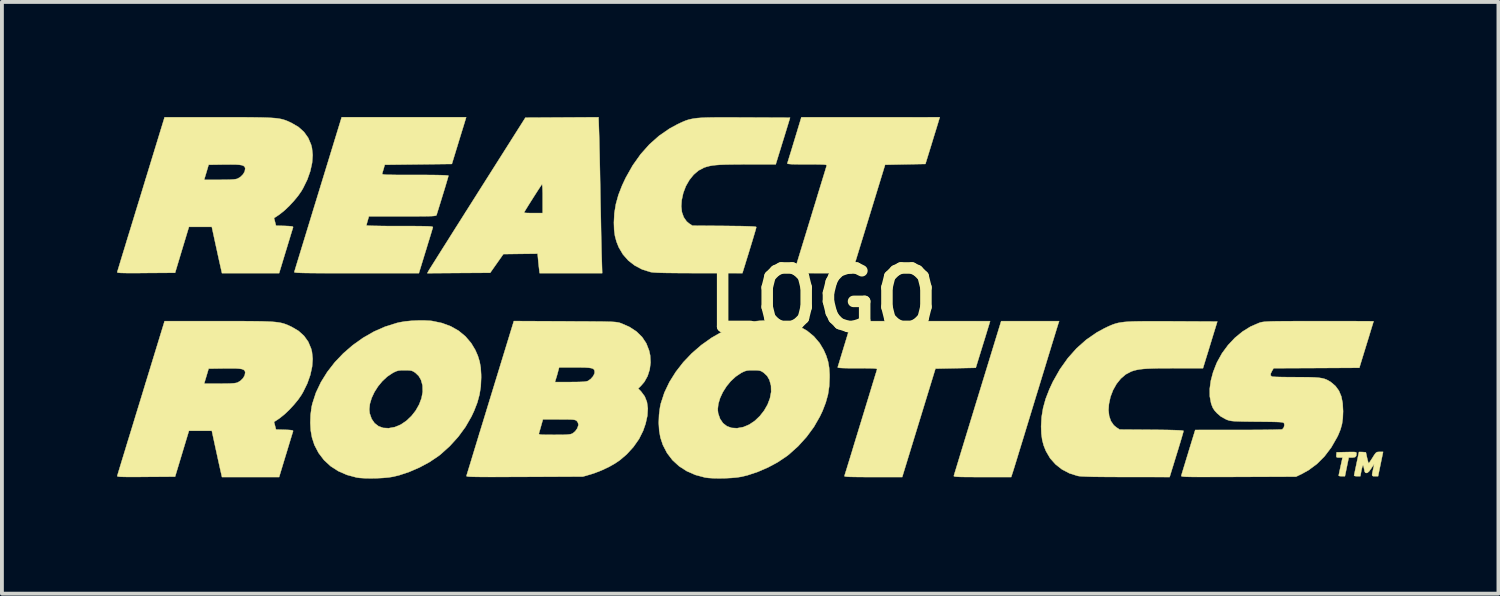
<source format=kicad_pcb>
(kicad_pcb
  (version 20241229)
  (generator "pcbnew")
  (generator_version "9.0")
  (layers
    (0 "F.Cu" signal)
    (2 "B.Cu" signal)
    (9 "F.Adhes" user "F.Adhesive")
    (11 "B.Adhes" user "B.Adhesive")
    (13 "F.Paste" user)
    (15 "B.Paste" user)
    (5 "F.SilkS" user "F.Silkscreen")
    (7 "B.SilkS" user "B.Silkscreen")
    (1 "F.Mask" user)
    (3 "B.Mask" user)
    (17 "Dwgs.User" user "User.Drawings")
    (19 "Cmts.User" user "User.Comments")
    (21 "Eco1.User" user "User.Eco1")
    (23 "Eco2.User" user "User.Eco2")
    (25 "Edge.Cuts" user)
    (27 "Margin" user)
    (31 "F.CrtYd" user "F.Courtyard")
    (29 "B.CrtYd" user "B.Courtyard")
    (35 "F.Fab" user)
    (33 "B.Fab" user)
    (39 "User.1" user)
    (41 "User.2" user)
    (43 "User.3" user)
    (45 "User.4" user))
  (footprint "LOGO"
    (layer "F.Cu")
    (at 18.395 4.768)
    (property "Reference" "LOGO" (at 0 0 0) (layer "F.SilkS") (effects (font (size 1.524 1.524) (thickness 0.3))))
    (attr through_hole)
    (fp_poly (pts (xy 13.829 3.961) (xy 13.874 3.964) (xy 13.897 3.972) (xy 13.905 3.985) (xy 13.906 3.998) (xy 13.898 4.062) (xy 13.868 4.095) (xy 13.807 4.106) (xy 13.793 4.106) (xy 13.704 4.106) (xy 13.654 4.35) (xy 13.604 4.593) (xy 13.523 4.593) (xy 13.471 4.59) (xy 13.443 4.58) (xy 13.442 4.577) (xy 13.446 4.551) (xy 13.458 4.493) (xy 13.475 4.412) (xy 13.492 4.334) (xy 13.542 4.106) (xy 13.458 4.106) (xy 13.405 4.104) (xy 13.382 4.091) (xy 13.38 4.057) (xy 13.381 4.038) (xy 13.388 3.969) (xy 13.647 3.963) (xy 13.756 3.961) (xy 13.829 3.961)) (stroke (width 0.01) (type solid)) (fill yes) (layer "F.SilkS"))
    (fp_poly (pts (xy 6.127 0.64) (xy 6.117 0.674) (xy 6.095 0.744) (xy 6.063 0.849) (xy 6.021 0.986) (xy 5.97 1.151) (xy 5.912 1.341) (xy 5.847 1.553) (xy 5.777 1.784) (xy 5.701 2.031) (xy 5.622 2.291) (xy 5.545 2.54) (xy 5.463 2.81) (xy 5.383 3.072) (xy 5.307 3.32) (xy 5.236 3.554) (xy 5.17 3.768) (xy 5.111 3.96) (xy 5.06 4.128) (xy 5.017 4.267) (xy 4.984 4.375) (xy 4.961 4.448) (xy 4.95 4.482) (xy 4.907 4.614) (xy 4.156 4.614) (xy 3.955 4.614) (xy 3.792 4.613) (xy 3.664 4.612) (xy 3.566 4.61) (xy 3.496 4.606) (xy 3.45 4.602) (xy 3.423 4.596) (xy 3.412 4.589) (xy 3.412 4.585) (xy 3.419 4.561) (xy 3.437 4.499) (xy 3.467 4.402) (xy 3.506 4.273) (xy 3.554 4.115) (xy 3.61 3.931) (xy 3.674 3.722) (xy 3.744 3.493) (xy 3.82 3.245) (xy 3.901 2.981) (xy 3.985 2.705) (xy 4.032 2.553) (xy 4.646 0.55) (xy 6.157 0.55) (xy 6.127 0.64)) (stroke (width 0.01) (type solid)) (fill yes) (layer "F.SilkS"))
    (fp_poly (pts (xy 14.468 4.593) (xy 14.388 4.593) (xy 14.345 4.592) (xy 14.32 4.582) (xy 14.312 4.556) (xy 14.319 4.505) (xy 14.337 4.422) (xy 14.339 4.413) (xy 14.354 4.346) (xy 14.363 4.299) (xy 14.365 4.282) (xy 14.352 4.296) (xy 14.324 4.337) (xy 14.287 4.393) (xy 14.235 4.465) (xy 14.193 4.501) (xy 14.167 4.508) (xy 14.137 4.502) (xy 14.119 4.474) (xy 14.107 4.414) (xy 14.106 4.413) (xy 14.095 4.354) (xy 14.082 4.315) (xy 14.077 4.308) (xy 14.066 4.322) (xy 14.051 4.368) (xy 14.035 4.437) (xy 14.033 4.446) (xy 14.006 4.593) (xy 13.924 4.593) (xy 13.873 4.589) (xy 13.845 4.58) (xy 13.843 4.577) (xy 13.847 4.552) (xy 13.859 4.493) (xy 13.876 4.408) (xy 13.898 4.306) (xy 13.906 4.265) (xy 13.929 4.159) (xy 13.948 4.069) (xy 13.962 4.002) (xy 13.969 3.966) (xy 13.97 3.963) (xy 13.989 3.96) (xy 14.036 3.961) (xy 14.06 3.962) (xy 14.15 3.969) (xy 14.181 4.112) (xy 14.198 4.183) (xy 14.213 4.234) (xy 14.223 4.254) (xy 14.223 4.254) (xy 14.239 4.238) (xy 14.27 4.193) (xy 14.312 4.129) (xy 14.326 4.106) (xy 14.372 4.033) (xy 14.404 3.99) (xy 14.433 3.967) (xy 14.467 3.959) (xy 14.508 3.958) (xy 14.599 3.958) (xy 14.468 4.593)) (stroke (width 0.01) (type solid)) (fill yes) (layer "F.SilkS"))
    (fp_poly (pts (xy 4.328 0.651) (xy 4.313 0.699) (xy 4.288 0.781) (xy 4.255 0.889) (xy 4.216 1.017) (xy 4.172 1.158) (xy 4.141 1.259) (xy 3.984 1.767) (xy 3.459 1.778) (xy 2.933 1.789) (xy 2.067 4.614) (xy 1.309 4.614) (xy 1.103 4.614) (xy 0.935 4.613) (xy 0.803 4.611) (xy 0.703 4.609) (xy 0.633 4.605) (xy 0.588 4.6) (xy 0.565 4.594) (xy 0.561 4.588) (xy 0.568 4.564) (xy 0.587 4.502) (xy 0.617 4.407) (xy 0.655 4.282) (xy 0.702 4.13) (xy 0.756 3.954) (xy 0.815 3.758) (xy 0.88 3.546) (xy 0.949 3.32) (xy 0.984 3.207) (xy 1.055 2.975) (xy 1.122 2.755) (xy 1.185 2.55) (xy 1.242 2.363) (xy 1.292 2.198) (xy 1.335 2.058) (xy 1.369 1.946) (xy 1.394 1.867) (xy 1.407 1.823) (xy 1.41 1.815) (xy 1.411 1.804) (xy 1.403 1.795) (xy 1.381 1.788) (xy 1.342 1.784) (xy 1.278 1.781) (xy 1.187 1.779) (xy 1.064 1.778) (xy 0.902 1.778) (xy 0.899 1.778) (xy 0.73 1.778) (xy 0.6 1.776) (xy 0.505 1.773) (xy 0.44 1.769) (xy 0.402 1.764) (xy 0.386 1.756) (xy 0.386 1.752) (xy 0.394 1.725) (xy 0.413 1.664) (xy 0.441 1.572) (xy 0.476 1.456) (xy 0.517 1.321) (xy 0.562 1.173) (xy 0.573 1.138) (xy 0.751 0.551) (xy 2.555 0.551) (xy 4.358 0.55) (xy 4.328 0.651)) (stroke (width 0.01) (type solid)) (fill yes) (layer "F.SilkS"))
    (fp_poly (pts (xy 3.015 -4.662) (xy 3.001 -4.614) (xy 2.976 -4.532) (xy 2.943 -4.424) (xy 2.903 -4.296) (xy 2.86 -4.155) (xy 2.829 -4.053) (xy 2.672 -3.545) (xy 2.146 -3.535) (xy 1.621 -3.524) (xy 1.188 -2.111) (xy 0.755 -0.699) (xy -0.003 -0.699) (xy -0.21 -0.699) (xy -0.377 -0.7) (xy -0.509 -0.701) (xy -0.609 -0.704) (xy -0.68 -0.708) (xy -0.725 -0.713) (xy -0.747 -0.719) (xy -0.751 -0.725) (xy -0.744 -0.749) (xy -0.725 -0.811) (xy -0.696 -0.906) (xy -0.657 -1.031) (xy -0.611 -1.183) (xy -0.557 -1.359) (xy -0.497 -1.555) (xy -0.432 -1.767) (xy -0.363 -1.993) (xy -0.328 -2.106) (xy -0.258 -2.337) (xy -0.19 -2.557) (xy -0.128 -2.763) (xy -0.071 -2.949) (xy -0.02 -3.115) (xy 0.023 -3.255) (xy 0.057 -3.366) (xy 0.081 -3.446) (xy 0.095 -3.49) (xy 0.097 -3.498) (xy 0.098 -3.509) (xy 0.091 -3.518) (xy 0.069 -3.525) (xy 0.029 -3.529) (xy -0.034 -3.532) (xy -0.125 -3.534) (xy -0.249 -3.535) (xy -0.41 -3.535) (xy -0.414 -3.535) (xy -0.582 -3.535) (xy -0.712 -3.537) (xy -0.808 -3.539) (xy -0.873 -3.544) (xy -0.911 -3.549) (xy -0.926 -3.557) (xy -0.927 -3.561) (xy -0.919 -3.588) (xy -0.9 -3.649) (xy -0.872 -3.741) (xy -0.836 -3.856) (xy -0.795 -3.991) (xy -0.75 -4.14) (xy -0.739 -4.175) (xy -0.561 -4.762) (xy 1.242 -4.762) (xy 3.046 -4.763) (xy 3.015 -4.662)) (stroke (width 0.01) (type solid)) (fill yes) (layer "F.SilkS"))
    (fp_poly (pts (xy -5.834 -4.376) (xy -5.831 -4.28) (xy -5.827 -4.147) (xy -5.824 -3.983) (xy -5.819 -3.793) (xy -5.815 -3.584) (xy -5.81 -3.36) (xy -5.806 -3.128) (xy -5.801 -2.892) (xy -5.8 -2.805) (xy -5.796 -2.566) (xy -5.791 -2.327) (xy -5.786 -2.091) (xy -5.782 -1.866) (xy -5.778 -1.657) (xy -5.773 -1.471) (xy -5.77 -1.313) (xy -5.767 -1.189) (xy -5.766 -1.159) (xy -5.752 -0.699) (xy -7.382 -0.699) (xy -7.394 -0.799) (xy -7.403 -0.874) (xy -7.413 -0.969) (xy -7.421 -1.053) (xy -7.435 -1.207) (xy -7.881 -1.202) (xy -8.327 -1.196) (xy -8.498 -0.953) (xy -8.67 -0.709) (xy -9.49 -0.704) (xy -10.31 -0.698) (xy -10.278 -0.756) (xy -10.263 -0.782) (xy -10.226 -0.841) (xy -10.17 -0.93) (xy -10.095 -1.049) (xy -10.004 -1.194) (xy -9.898 -1.362) (xy -9.778 -1.552) (xy -9.646 -1.762) (xy -9.503 -1.988) (xy -9.351 -2.228) (xy -9.32 -2.277) (xy -7.789 -2.277) (xy -7.77 -2.272) (xy -7.716 -2.268) (xy -7.636 -2.266) (xy -7.546 -2.265) (xy -7.303 -2.265) (xy -7.303 -2.65) (xy -7.303 -2.776) (xy -7.306 -2.881) (xy -7.31 -2.96) (xy -7.316 -3.006) (xy -7.321 -3.015) (xy -7.339 -2.99) (xy -7.374 -2.937) (xy -7.423 -2.863) (xy -7.48 -2.774) (xy -7.543 -2.676) (xy -7.606 -2.576) (xy -7.666 -2.481) (xy -7.718 -2.397) (xy -7.759 -2.33) (xy -7.784 -2.288) (xy -7.789 -2.277) (xy -9.32 -2.277) (xy -9.191 -2.481) (xy -9.025 -2.743) (xy -9 -2.783) (xy -7.753 -4.752) (xy -5.847 -4.763) (xy -5.834 -4.376)) (stroke (width 0.01) (type solid)) (fill yes) (layer "F.SilkS"))
    (fp_poly (pts (xy -2.271 -4.758) (xy -2.039 -4.757) (xy -0.855 -4.752) (xy -0.968 -4.381) (xy -1.011 -4.241) (xy -1.057 -4.094) (xy -1.1 -3.953) (xy -1.138 -3.831) (xy -1.156 -3.773) (xy -1.229 -3.535) (xy -1.975 -3.535) (xy -2.202 -3.534) (xy -2.393 -3.532) (xy -2.551 -3.529) (xy -2.681 -3.524) (xy -2.788 -3.516) (xy -2.877 -3.506) (xy -2.953 -3.492) (xy -3.02 -3.475) (xy -3.084 -3.455) (xy -3.102 -3.448) (xy -3.242 -3.374) (xy -3.369 -3.265) (xy -3.48 -3.127) (xy -3.572 -2.966) (xy -3.639 -2.789) (xy -3.68 -2.601) (xy -3.691 -2.441) (xy -3.674 -2.289) (xy -3.627 -2.157) (xy -3.553 -2.05) (xy -3.487 -1.994) (xy -3.4 -1.937) (xy -2.568 -1.931) (xy -2.334 -1.928) (xy -2.141 -1.926) (xy -1.987 -1.922) (xy -1.871 -1.918) (xy -1.791 -1.913) (xy -1.747 -1.907) (xy -1.736 -1.901) (xy -1.741 -1.876) (xy -1.757 -1.816) (xy -1.785 -1.721) (xy -1.824 -1.59) (xy -1.875 -1.422) (xy -1.938 -1.216) (xy -2.014 -0.971) (xy -2.024 -0.937) (xy -2.098 -0.699) (xy -3.234 -0.7) (xy -3.505 -0.701) (xy -3.736 -0.702) (xy -3.931 -0.704) (xy -4.093 -0.706) (xy -4.224 -0.709) (xy -4.327 -0.713) (xy -4.406 -0.718) (xy -4.463 -0.724) (xy -4.498 -0.73) (xy -4.71 -0.797) (xy -4.902 -0.898) (xy -5.071 -1.029) (xy -5.211 -1.188) (xy -5.319 -1.371) (xy -5.322 -1.377) (xy -5.38 -1.524) (xy -5.419 -1.67) (xy -5.44 -1.829) (xy -5.446 -2.014) (xy -5.446 -2.021) (xy -5.434 -2.263) (xy -5.395 -2.499) (xy -5.329 -2.737) (xy -5.232 -2.986) (xy -5.138 -3.186) (xy -4.957 -3.507) (xy -4.751 -3.797) (xy -4.521 -4.055) (xy -4.27 -4.278) (xy -3.998 -4.466) (xy -3.799 -4.574) (xy -3.721 -4.612) (xy -3.65 -4.644) (xy -3.583 -4.672) (xy -3.516 -4.695) (xy -3.445 -4.713) (xy -3.366 -4.728) (xy -3.276 -4.74) (xy -3.171 -4.748) (xy -3.045 -4.754) (xy -2.897 -4.757) (xy -2.721 -4.759) (xy -2.514 -4.759) (xy -2.271 -4.758)) (stroke (width 0.01) (type solid)) (fill yes) (layer "F.SilkS"))
    (fp_poly (pts (xy 8.862 0.554) (xy 9.095 0.555) (xy 10.279 0.561) (xy 10.165 0.931) (xy 10.122 1.072) (xy 10.077 1.219) (xy 10.034 1.36) (xy 9.996 1.482) (xy 9.978 1.54) (xy 9.905 1.778) (xy 9.159 1.778) (xy 8.931 1.779) (xy 8.741 1.78) (xy 8.583 1.784) (xy 8.453 1.789) (xy 8.346 1.797) (xy 8.257 1.807) (xy 8.181 1.821) (xy 8.114 1.837) (xy 8.05 1.858) (xy 8.031 1.865) (xy 7.891 1.939) (xy 7.764 2.048) (xy 7.653 2.186) (xy 7.562 2.347) (xy 7.494 2.524) (xy 7.454 2.712) (xy 7.443 2.871) (xy 7.46 3.023) (xy 7.506 3.156) (xy 7.58 3.263) (xy 7.647 3.319) (xy 7.733 3.376) (xy 8.566 3.382) (xy 8.8 3.384) (xy 8.993 3.387) (xy 9.147 3.391) (xy 9.263 3.395) (xy 9.342 3.4) (xy 9.387 3.406) (xy 9.398 3.411) (xy 9.393 3.437) (xy 9.376 3.497) (xy 9.349 3.591) (xy 9.31 3.722) (xy 9.259 3.89) (xy 9.195 4.097) (xy 9.12 4.342) (xy 9.109 4.376) (xy 9.036 4.614) (xy 7.899 4.613) (xy 7.629 4.612) (xy 7.397 4.611) (xy 7.202 4.609) (xy 7.041 4.607) (xy 6.91 4.603) (xy 6.807 4.599) (xy 6.728 4.595) (xy 6.67 4.589) (xy 6.636 4.583) (xy 6.424 4.516) (xy 6.231 4.415) (xy 6.063 4.283) (xy 5.922 4.125) (xy 5.815 3.942) (xy 5.812 3.936) (xy 5.753 3.789) (xy 5.715 3.643) (xy 5.694 3.484) (xy 5.687 3.298) (xy 5.687 3.291) (xy 5.7 3.05) (xy 5.739 2.814) (xy 5.805 2.576) (xy 5.902 2.327) (xy 5.995 2.127) (xy 6.177 1.806) (xy 6.383 1.516) (xy 6.613 1.258) (xy 6.864 1.035) (xy 7.136 0.847) (xy 7.334 0.739) (xy 7.413 0.701) (xy 7.484 0.669) (xy 7.551 0.641) (xy 7.618 0.618) (xy 7.689 0.599) (xy 7.767 0.585) (xy 7.857 0.573) (xy 7.963 0.565) (xy 8.088 0.559) (xy 8.237 0.556) (xy 8.413 0.554) (xy 8.62 0.554) (xy 8.862 0.554)) (stroke (width 0.01) (type solid)) (fill yes) (layer "F.SilkS"))
    (fp_poly (pts (xy -10.228 0.542) (xy -10.184 0.547) (xy -9.93 0.6) (xy -9.699 0.685) (xy -9.493 0.802) (xy -9.315 0.949) (xy -9.166 1.124) (xy -9.06 1.3) (xy -8.992 1.455) (xy -8.946 1.605) (xy -8.918 1.762) (xy -8.907 1.942) (xy -8.906 2.021) (xy -8.916 2.25) (xy -8.949 2.464) (xy -9.006 2.674) (xy -9.091 2.892) (xy -9.159 3.037) (xy -9.314 3.307) (xy -9.505 3.567) (xy -9.724 3.808) (xy -9.964 4.024) (xy -10.031 4.075) (xy -10.258 4.227) (xy -10.511 4.363) (xy -10.777 4.478) (xy -11.043 4.567) (xy -11.205 4.606) (xy -11.322 4.624) (xy -11.465 4.637) (xy -11.623 4.645) (xy -11.784 4.648) (xy -11.936 4.645) (xy -12.068 4.637) (xy -12.153 4.625) (xy -12.403 4.558) (xy -12.63 4.459) (xy -12.83 4.33) (xy -13.001 4.172) (xy -13.142 3.987) (xy -13.251 3.778) (xy -13.314 3.585) (xy -13.346 3.405) (xy -13.358 3.203) (xy -13.351 2.992) (xy -13.332 2.852) (xy -11.822 2.852) (xy -11.811 2.953) (xy -11.761 3.097) (xy -11.684 3.209) (xy -11.583 3.288) (xy -11.46 3.333) (xy -11.317 3.341) (xy -11.158 3.312) (xy -11.153 3.311) (xy -10.998 3.246) (xy -10.854 3.148) (xy -10.723 3.024) (xy -10.611 2.881) (xy -10.522 2.724) (xy -10.46 2.559) (xy -10.429 2.395) (xy -10.433 2.236) (xy -10.436 2.216) (xy -10.474 2.082) (xy -10.534 1.979) (xy -10.619 1.898) (xy -10.624 1.894) (xy -10.672 1.863) (xy -10.715 1.844) (xy -10.766 1.835) (xy -10.838 1.831) (xy -10.897 1.831) (xy -10.991 1.832) (xy -11.058 1.839) (xy -11.115 1.855) (xy -11.177 1.883) (xy -11.214 1.903) (xy -11.353 1.996) (xy -11.48 2.114) (xy -11.593 2.251) (xy -11.688 2.4) (xy -11.76 2.554) (xy -11.806 2.707) (xy -11.822 2.852) (xy -13.332 2.852) (xy -13.324 2.788) (xy -13.303 2.696) (xy -13.211 2.414) (xy -13.08 2.139) (xy -12.915 1.874) (xy -12.719 1.622) (xy -12.496 1.388) (xy -12.249 1.175) (xy -11.983 0.986) (xy -11.701 0.824) (xy -11.408 0.695) (xy -11.106 0.6) (xy -11.024 0.581) (xy -10.887 0.558) (xy -10.722 0.542) (xy -10.548 0.534) (xy -10.377 0.534) (xy -10.228 0.542)) (stroke (width 0.01) (type solid)) (fill yes) (layer "F.SilkS"))
    (fp_poly (pts (xy -1.147 0.542) (xy -1.103 0.547) (xy -0.849 0.6) (xy -0.619 0.685) (xy -0.413 0.802) (xy -0.234 0.949) (xy -0.085 1.124) (xy 0.02 1.3) (xy 0.088 1.455) (xy 0.135 1.605) (xy 0.162 1.762) (xy 0.174 1.942) (xy 0.174 2.021) (xy 0.164 2.25) (xy 0.132 2.464) (xy 0.074 2.674) (xy -0.01 2.892) (xy -0.079 3.037) (xy -0.234 3.307) (xy -0.425 3.567) (xy -0.643 3.808) (xy -0.884 4.024) (xy -0.95 4.075) (xy -1.177 4.227) (xy -1.43 4.363) (xy -1.696 4.478) (xy -1.963 4.567) (xy -2.124 4.606) (xy -2.242 4.624) (xy -2.385 4.637) (xy -2.543 4.645) (xy -2.704 4.648) (xy -2.856 4.645) (xy -2.987 4.637) (xy -3.073 4.625) (xy -3.323 4.558) (xy -3.549 4.459) (xy -3.749 4.33) (xy -3.921 4.172) (xy -4.062 3.987) (xy -4.17 3.778) (xy -4.234 3.585) (xy -4.266 3.405) (xy -4.278 3.203) (xy -4.27 2.992) (xy -4.252 2.852) (xy -2.741 2.852) (xy -2.73 2.953) (xy -2.68 3.097) (xy -2.604 3.209) (xy -2.503 3.288) (xy -2.379 3.333) (xy -2.237 3.341) (xy -2.077 3.312) (xy -2.073 3.311) (xy -1.918 3.246) (xy -1.773 3.148) (xy -1.643 3.024) (xy -1.531 2.881) (xy -1.441 2.724) (xy -1.379 2.559) (xy -1.348 2.395) (xy -1.352 2.236) (xy -1.356 2.216) (xy -1.394 2.082) (xy -1.453 1.979) (xy -1.539 1.898) (xy -1.544 1.894) (xy -1.591 1.863) (xy -1.634 1.844) (xy -1.685 1.835) (xy -1.758 1.831) (xy -1.817 1.831) (xy -1.911 1.832) (xy -1.978 1.839) (xy -2.034 1.855) (xy -2.096 1.883) (xy -2.134 1.903) (xy -2.272 1.996) (xy -2.4 2.114) (xy -2.513 2.251) (xy -2.607 2.4) (xy -2.679 2.554) (xy -2.725 2.707) (xy -2.741 2.852) (xy -4.252 2.852) (xy -4.243 2.788) (xy -4.223 2.696) (xy -4.131 2.414) (xy -4 2.139) (xy -3.834 1.874) (xy -3.638 1.622) (xy -3.415 1.388) (xy -3.169 1.175) (xy -2.903 0.986) (xy -2.621 0.824) (xy -2.327 0.695) (xy -2.026 0.6) (xy -1.944 0.581) (xy -1.806 0.558) (xy -1.642 0.542) (xy -1.467 0.534) (xy -1.297 0.534) (xy -1.147 0.542)) (stroke (width 0.01) (type solid)) (fill yes) (layer "F.SilkS"))
    (fp_poly (pts (xy -15.455 0.551) (xy -15.196 0.551) (xy -14.973 0.552) (xy -14.782 0.554) (xy -14.62 0.556) (xy -14.484 0.561) (xy -14.369 0.566) (xy -14.273 0.574) (xy -14.192 0.584) (xy -14.123 0.596) (xy -14.063 0.611) (xy -14.008 0.629) (xy -13.954 0.65) (xy -13.899 0.675) (xy -13.848 0.699) (xy -13.668 0.804) (xy -13.523 0.934) (xy -13.413 1.087) (xy -13.338 1.265) (xy -13.316 1.35) (xy -13.297 1.536) (xy -13.312 1.74) (xy -13.359 1.955) (xy -13.437 2.176) (xy -13.546 2.398) (xy -13.592 2.477) (xy -13.677 2.599) (xy -13.786 2.731) (xy -13.907 2.862) (xy -14.032 2.98) (xy -14.15 3.075) (xy -14.184 3.099) (xy -14.304 3.178) (xy -14.278 3.277) (xy -14.253 3.376) (xy -14.025 3.382) (xy -13.918 3.386) (xy -13.848 3.393) (xy -13.813 3.402) (xy -13.806 3.414) (xy -13.814 3.44) (xy -13.833 3.501) (xy -13.861 3.593) (xy -13.896 3.708) (xy -13.937 3.843) (xy -13.982 3.992) (xy -13.993 4.027) (xy -14.171 4.614) (xy -15.66 4.614) (xy -15.702 4.429) (xy -15.72 4.349) (xy -15.745 4.237) (xy -15.774 4.105) (xy -15.805 3.962) (xy -15.835 3.826) (xy -15.925 3.408) (xy -16.521 3.408) (xy -16.882 4.604) (xy -17.639 4.609) (xy -17.842 4.611) (xy -18.005 4.611) (xy -18.134 4.611) (xy -18.232 4.609) (xy -18.302 4.607) (xy -18.35 4.603) (xy -18.377 4.597) (xy -18.389 4.591) (xy -18.39 4.585) (xy -18.383 4.561) (xy -18.364 4.499) (xy -18.335 4.402) (xy -18.296 4.274) (xy -18.248 4.116) (xy -18.191 3.931) (xy -18.128 3.722) (xy -18.057 3.493) (xy -17.981 3.245) (xy -17.901 2.982) (xy -17.816 2.706) (xy -17.769 2.553) (xy -17.655 2.18) (xy -16.125 2.18) (xy -15.724 2.18) (xy -15.564 2.179) (xy -15.441 2.176) (xy -15.351 2.17) (xy -15.29 2.161) (xy -15.255 2.151) (xy -15.174 2.102) (xy -15.109 2.036) (xy -15.067 1.962) (xy -15.055 1.89) (xy -15.059 1.865) (xy -15.074 1.836) (xy -15.102 1.815) (xy -15.146 1.799) (xy -15.214 1.789) (xy -15.308 1.783) (xy -15.435 1.782) (xy -15.598 1.783) (xy -16.008 1.789) (xy -16.066 1.984) (xy -16.125 2.18) (xy -17.655 2.18) (xy -17.156 0.551) (xy -15.752 0.551) (xy -15.455 0.551)) (stroke (width 0.01) (type solid)) (fill yes) (layer "F.SilkS"))
    (fp_poly (pts (xy -15.455 -4.762) (xy -15.196 -4.762) (xy -14.973 -4.761) (xy -14.782 -4.759) (xy -14.62 -4.756) (xy -14.484 -4.752) (xy -14.369 -4.746) (xy -14.273 -4.739) (xy -14.192 -4.729) (xy -14.123 -4.717) (xy -14.063 -4.702) (xy -14.008 -4.684) (xy -13.954 -4.663) (xy -13.899 -4.638) (xy -13.848 -4.614) (xy -13.668 -4.509) (xy -13.523 -4.379) (xy -13.413 -4.225) (xy -13.338 -4.048) (xy -13.316 -3.962) (xy -13.297 -3.777) (xy -13.312 -3.573) (xy -13.359 -3.358) (xy -13.437 -3.137) (xy -13.546 -2.915) (xy -13.592 -2.836) (xy -13.677 -2.714) (xy -13.786 -2.582) (xy -13.907 -2.451) (xy -14.032 -2.333) (xy -14.15 -2.238) (xy -14.184 -2.214) (xy -14.304 -2.135) (xy -14.278 -2.036) (xy -14.253 -1.937) (xy -14.025 -1.931) (xy -13.918 -1.926) (xy -13.848 -1.92) (xy -13.813 -1.911) (xy -13.806 -1.899) (xy -13.814 -1.873) (xy -13.833 -1.811) (xy -13.861 -1.72) (xy -13.896 -1.604) (xy -13.937 -1.47) (xy -13.982 -1.321) (xy -13.993 -1.286) (xy -14.171 -0.699) (xy -15.66 -0.699) (xy -15.702 -0.884) (xy -15.72 -0.964) (xy -15.745 -1.076) (xy -15.774 -1.208) (xy -15.805 -1.351) (xy -15.835 -1.487) (xy -15.925 -1.905) (xy -16.521 -1.905) (xy -16.702 -1.307) (xy -16.882 -0.709) (xy -17.639 -0.704) (xy -17.842 -0.702) (xy -18.005 -0.702) (xy -18.134 -0.702) (xy -18.232 -0.704) (xy -18.302 -0.706) (xy -18.35 -0.71) (xy -18.377 -0.715) (xy -18.389 -0.722) (xy -18.39 -0.728) (xy -18.383 -0.752) (xy -18.364 -0.814) (xy -18.335 -0.91) (xy -18.296 -1.039) (xy -18.248 -1.197) (xy -18.191 -1.382) (xy -18.128 -1.591) (xy -18.057 -1.82) (xy -17.981 -2.068) (xy -17.901 -2.331) (xy -17.816 -2.607) (xy -17.769 -2.76) (xy -17.655 -3.133) (xy -16.125 -3.133) (xy -15.724 -3.133) (xy -15.564 -3.134) (xy -15.441 -3.137) (xy -15.351 -3.143) (xy -15.29 -3.152) (xy -15.255 -3.162) (xy -15.174 -3.211) (xy -15.109 -3.277) (xy -15.067 -3.351) (xy -15.055 -3.423) (xy -15.059 -3.448) (xy -15.074 -3.476) (xy -15.102 -3.498) (xy -15.146 -3.514) (xy -15.214 -3.524) (xy -15.308 -3.53) (xy -15.435 -3.531) (xy -15.598 -3.53) (xy -16.008 -3.524) (xy -16.066 -3.328) (xy -16.125 -3.133) (xy -17.655 -3.133) (xy -17.156 -4.762) (xy -15.752 -4.762) (xy -15.455 -4.762)) (stroke (width 0.01) (type solid)) (fill yes) (layer "F.SilkS"))
    (fp_poly (pts (xy -9.349 -4.588) (xy -9.372 -4.513) (xy -9.405 -4.407) (xy -9.444 -4.28) (xy -9.487 -4.14) (xy -9.53 -3.998) (xy -9.536 -3.979) (xy -9.669 -3.545) (xy -11.418 -3.524) (xy -11.444 -3.431) (xy -11.464 -3.365) (xy -11.48 -3.312) (xy -11.484 -3.299) (xy -11.485 -3.289) (xy -11.481 -3.281) (xy -11.467 -3.275) (xy -11.439 -3.27) (xy -11.394 -3.266) (xy -11.329 -3.263) (xy -11.238 -3.262) (xy -11.119 -3.26) (xy -10.967 -3.26) (xy -10.78 -3.26) (xy -10.627 -3.26) (xy -10.41 -3.259) (xy -10.22 -3.258) (xy -10.059 -3.256) (xy -9.929 -3.253) (xy -9.834 -3.249) (xy -9.776 -3.244) (xy -9.758 -3.24) (xy -9.764 -3.215) (xy -9.781 -3.155) (xy -9.807 -3.067) (xy -9.84 -2.955) (xy -9.879 -2.827) (xy -9.907 -2.737) (xy -9.949 -2.6) (xy -9.988 -2.474) (xy -10.021 -2.367) (xy -10.047 -2.284) (xy -10.063 -2.232) (xy -10.067 -2.217) (xy -10.072 -2.208) (xy -10.084 -2.201) (xy -10.106 -2.195) (xy -10.142 -2.19) (xy -10.197 -2.186) (xy -10.273 -2.184) (xy -10.376 -2.182) (xy -10.507 -2.181) (xy -10.672 -2.18) (xy -10.875 -2.18) (xy -10.954 -2.18) (xy -11.831 -2.18) (xy -11.863 -2.07) (xy -11.881 -2.006) (xy -11.893 -1.959) (xy -11.896 -1.943) (xy -11.875 -1.94) (xy -11.817 -1.936) (xy -11.725 -1.933) (xy -11.604 -1.931) (xy -11.459 -1.928) (xy -11.293 -1.927) (xy -11.111 -1.926) (xy -11.025 -1.926) (xy -10.81 -1.926) (xy -10.634 -1.926) (xy -10.493 -1.925) (xy -10.382 -1.923) (xy -10.299 -1.921) (xy -10.24 -1.918) (xy -10.201 -1.914) (xy -10.177 -1.909) (xy -10.166 -1.902) (xy -10.164 -1.893) (xy -10.165 -1.889) (xy -10.174 -1.86) (xy -10.193 -1.796) (xy -10.221 -1.702) (xy -10.257 -1.585) (xy -10.299 -1.449) (xy -10.344 -1.3) (xy -10.352 -1.275) (xy -10.529 -0.699) (xy -12.156 -0.699) (xy -12.461 -0.699) (xy -12.727 -0.699) (xy -12.956 -0.699) (xy -13.15 -0.7) (xy -13.312 -0.702) (xy -13.445 -0.703) (xy -13.551 -0.705) (xy -13.633 -0.708) (xy -13.694 -0.711) (xy -13.736 -0.715) (xy -13.762 -0.719) (xy -13.774 -0.724) (xy -13.776 -0.728) (xy -13.769 -0.752) (xy -13.75 -0.814) (xy -13.721 -0.911) (xy -13.682 -1.039) (xy -13.633 -1.198) (xy -13.577 -1.382) (xy -13.513 -1.591) (xy -13.443 -1.82) (xy -13.367 -2.068) (xy -13.287 -2.331) (xy -13.202 -2.607) (xy -13.155 -2.76) (xy -12.541 -4.763) (xy -9.296 -4.763) (xy -9.349 -4.588)) (stroke (width 0.01) (type solid)) (fill yes) (layer "F.SilkS"))
    (fp_poly (pts (xy -6.72 0.555) (xy -6.45 0.557) (xy -6.219 0.558) (xy -6.023 0.559) (xy -5.859 0.561) (xy -5.724 0.562) (xy -5.614 0.565) (xy -5.526 0.567) (xy -5.457 0.571) (xy -5.403 0.575) (xy -5.361 0.581) (xy -5.327 0.587) (xy -5.298 0.594) (xy -5.271 0.603) (xy -5.249 0.611) (xy -5.036 0.705) (xy -4.857 0.823) (xy -4.712 0.965) (xy -4.603 1.129) (xy -4.53 1.315) (xy -4.502 1.441) (xy -4.491 1.628) (xy -4.514 1.811) (xy -4.569 1.983) (xy -4.653 2.134) (xy -4.747 2.243) (xy -4.815 2.306) (xy -4.737 2.386) (xy -4.644 2.511) (xy -4.586 2.658) (xy -4.563 2.827) (xy -4.575 3.017) (xy -4.621 3.224) (xy -4.686 3.411) (xy -4.793 3.624) (xy -4.937 3.829) (xy -5.111 4.02) (xy -5.291 4.174) (xy -5.426 4.265) (xy -5.589 4.356) (xy -5.767 4.439) (xy -5.946 4.509) (xy -6.054 4.544) (xy -6.255 4.602) (xy -7.775 4.609) (xy -8.069 4.61) (xy -8.323 4.611) (xy -8.54 4.612) (xy -8.723 4.612) (xy -8.874 4.611) (xy -8.997 4.61) (xy -9.095 4.608) (xy -9.169 4.606) (xy -9.222 4.603) (xy -9.258 4.599) (xy -9.279 4.595) (xy -9.288 4.589) (xy -9.289 4.586) (xy -9.282 4.561) (xy -9.263 4.499) (xy -9.234 4.403) (xy -9.194 4.274) (xy -9.146 4.116) (xy -9.09 3.931) (xy -9.026 3.722) (xy -8.956 3.492) (xy -8.955 3.489) (xy -7.401 3.489) (xy -7.392 3.499) (xy -7.368 3.506) (xy -7.323 3.51) (xy -7.252 3.512) (xy -7.15 3.513) (xy -7.011 3.514) (xy -7.002 3.514) (xy -6.856 3.513) (xy -6.747 3.512) (xy -6.666 3.508) (xy -6.608 3.502) (xy -6.566 3.494) (xy -6.534 3.482) (xy -6.521 3.475) (xy -6.455 3.422) (xy -6.402 3.348) (xy -6.374 3.27) (xy -6.371 3.244) (xy -6.386 3.193) (xy -6.413 3.154) (xy -6.431 3.139) (xy -6.453 3.129) (xy -6.486 3.121) (xy -6.536 3.116) (xy -6.61 3.113) (xy -6.713 3.112) (xy -6.852 3.112) (xy -6.876 3.111) (xy -7.296 3.111) (xy -7.343 3.276) (xy -7.366 3.358) (xy -7.386 3.427) (xy -7.399 3.472) (xy -7.4 3.477) (xy -7.401 3.489) (xy -8.955 3.489) (xy -8.88 3.245) (xy -8.799 2.981) (xy -8.715 2.705) (xy -8.668 2.552) (xy -8.541 2.138) (xy -6.983 2.138) (xy -6.581 2.138) (xy -6.429 2.137) (xy -6.313 2.134) (xy -6.229 2.13) (xy -6.17 2.122) (xy -6.131 2.112) (xy -6.119 2.107) (xy -6.048 2.056) (xy -5.99 1.99) (xy -5.954 1.92) (xy -5.948 1.883) (xy -5.951 1.844) (xy -5.964 1.813) (xy -5.991 1.791) (xy -6.038 1.775) (xy -6.109 1.765) (xy -6.209 1.759) (xy -6.344 1.757) (xy -6.458 1.757) (xy -6.874 1.757) (xy -6.898 1.847) (xy -6.919 1.926) (xy -6.944 2.013) (xy -6.952 2.037) (xy -6.983 2.138) (xy -8.541 2.138) (xy -8.054 0.549) (xy -6.72 0.555)) (stroke (width 0.01) (type solid)) (fill yes) (layer "F.SilkS"))
    (fp_poly (pts (xy 13.177 0.55) (xy 13.405 0.551) (xy 13.616 0.551) (xy 13.807 0.551) (xy 13.975 0.552) (xy 14.117 0.553) (xy 14.228 0.553) (xy 14.305 0.554) (xy 14.346 0.555) (xy 14.351 0.556) (xy 14.345 0.576) (xy 14.328 0.633) (xy 14.301 0.719) (xy 14.267 0.831) (xy 14.227 0.964) (xy 14.181 1.112) (xy 14.165 1.164) (xy 13.98 1.767) (xy 12.863 1.773) (xy 11.747 1.778) (xy 11.705 1.847) (xy 11.67 1.919) (xy 11.669 1.967) (xy 11.701 1.994) (xy 11.71 1.997) (xy 11.744 2.001) (xy 11.813 2.004) (xy 11.913 2.007) (xy 12.037 2.009) (xy 12.18 2.01) (xy 12.334 2.011) (xy 12.342 2.011) (xy 12.537 2.011) (xy 12.695 2.013) (xy 12.822 2.018) (xy 12.923 2.026) (xy 13.004 2.038) (xy 13.071 2.055) (xy 13.129 2.077) (xy 13.183 2.106) (xy 13.24 2.142) (xy 13.242 2.143) (xy 13.359 2.243) (xy 13.448 2.365) (xy 13.51 2.513) (xy 13.545 2.689) (xy 13.556 2.898) (xy 13.556 2.9) (xy 13.549 3.078) (xy 13.528 3.231) (xy 13.489 3.373) (xy 13.429 3.52) (xy 13.4 3.578) (xy 13.248 3.843) (xy 13.072 4.075) (xy 12.875 4.272) (xy 12.657 4.434) (xy 12.475 4.535) (xy 12.33 4.604) (xy 10.829 4.61) (xy 10.541 4.611) (xy 10.292 4.611) (xy 10.08 4.612) (xy 9.902 4.612) (xy 9.754 4.612) (xy 9.634 4.611) (xy 9.54 4.609) (xy 9.467 4.607) (xy 9.414 4.604) (xy 9.378 4.6) (xy 9.355 4.596) (xy 9.343 4.591) (xy 9.339 4.584) (xy 9.34 4.578) (xy 9.348 4.548) (xy 9.368 4.484) (xy 9.396 4.39) (xy 9.432 4.273) (xy 9.473 4.137) (xy 9.519 3.988) (xy 9.526 3.963) (xy 9.703 3.387) (xy 10.826 3.386) (xy 11.04 3.386) (xy 11.242 3.385) (xy 11.427 3.384) (xy 11.592 3.382) (xy 11.732 3.38) (xy 11.844 3.377) (xy 11.923 3.375) (xy 11.966 3.372) (xy 11.972 3.37) (xy 12.012 3.322) (xy 12.027 3.259) (xy 12.021 3.224) (xy 12.016 3.211) (xy 12.007 3.201) (xy 11.99 3.193) (xy 11.96 3.187) (xy 11.914 3.182) (xy 11.847 3.179) (xy 11.754 3.176) (xy 11.631 3.174) (xy 11.474 3.172) (xy 11.32 3.171) (xy 11.131 3.169) (xy 10.98 3.167) (xy 10.86 3.164) (xy 10.768 3.161) (xy 10.697 3.157) (xy 10.643 3.151) (xy 10.6 3.143) (xy 10.564 3.133) (xy 10.529 3.121) (xy 10.51 3.113) (xy 10.369 3.035) (xy 10.273 2.952) (xy 10.208 2.881) (xy 10.164 2.815) (xy 10.131 2.734) (xy 10.116 2.688) (xy 10.083 2.513) (xy 10.081 2.316) (xy 10.11 2.103) (xy 10.169 1.881) (xy 10.257 1.655) (xy 10.276 1.614) (xy 10.403 1.386) (xy 10.559 1.175) (xy 10.737 0.986) (xy 10.934 0.824) (xy 11.143 0.694) (xy 11.359 0.6) (xy 11.407 0.584) (xy 11.434 0.578) (xy 11.468 0.572) (xy 11.512 0.567) (xy 11.569 0.563) (xy 11.642 0.559) (xy 11.735 0.556) (xy 11.85 0.554) (xy 11.991 0.553) (xy 12.161 0.552) (xy 12.363 0.551) (xy 12.6 0.55) (xy 12.876 0.55) (xy 12.937 0.55) (xy 13.177 0.55)) (stroke (width 0.01) (type solid)) (fill yes) (layer "F.SilkS")))
  (gr_rect
    (start -3 -3)
    (end 36 12.421)
    (stroke (width 0.1) (type default))
    (fill no)
    (layer "Edge.Cuts")))
</source>
